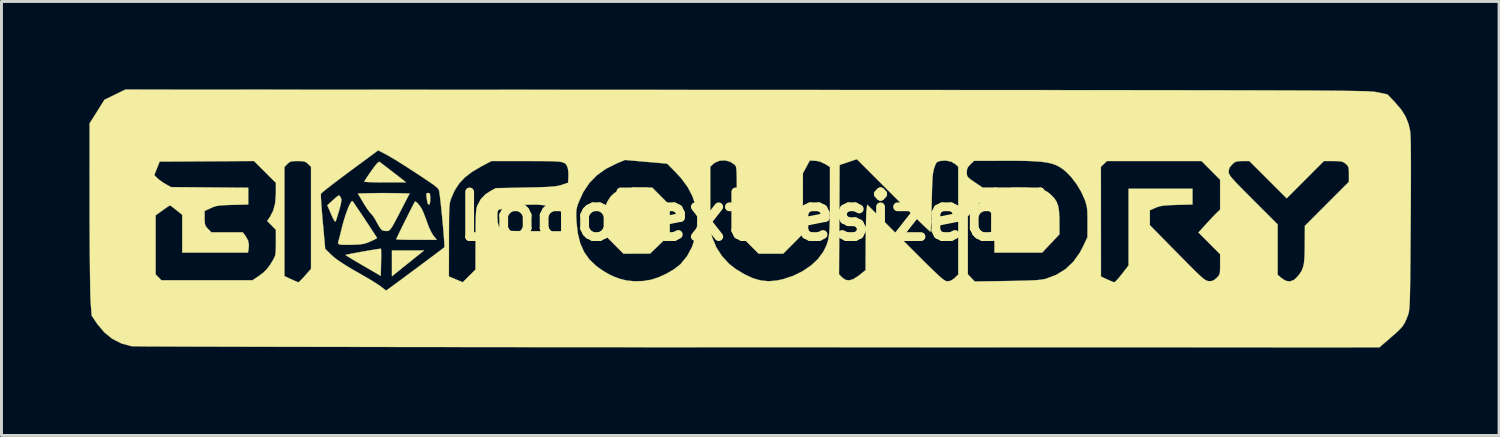
<source format=kicad_pcb>
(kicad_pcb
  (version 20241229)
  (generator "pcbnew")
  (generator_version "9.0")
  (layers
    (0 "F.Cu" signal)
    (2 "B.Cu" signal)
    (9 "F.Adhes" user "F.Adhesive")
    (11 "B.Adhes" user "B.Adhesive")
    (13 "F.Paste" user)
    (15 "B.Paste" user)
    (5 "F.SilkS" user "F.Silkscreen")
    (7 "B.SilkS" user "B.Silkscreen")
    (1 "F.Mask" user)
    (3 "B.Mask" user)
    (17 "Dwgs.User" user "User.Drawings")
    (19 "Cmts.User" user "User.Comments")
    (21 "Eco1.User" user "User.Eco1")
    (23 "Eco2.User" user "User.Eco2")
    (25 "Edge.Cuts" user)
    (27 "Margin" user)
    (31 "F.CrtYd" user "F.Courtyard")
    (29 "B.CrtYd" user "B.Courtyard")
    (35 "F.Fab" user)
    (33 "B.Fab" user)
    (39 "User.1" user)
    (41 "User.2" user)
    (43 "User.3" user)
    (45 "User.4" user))
  (footprint "LogoTextResized3"
    (layer "F.Cu")
    (at 22.647 4.326)
    (property "Reference" "LogoTextResized3" (at 0 0 0) (layer "F.SilkS") (effects (font (size 1.524 1.524) (thickness 0.3))))
    (attr through_hole)
    (fp_poly (pts (xy -11.635 1.476) (xy -11.794 1.604) (xy -11.948 1.727) (xy -12.08 1.833) (xy -12.174 1.909) (xy -12.183 1.916) (xy -12.337 2.041) (xy -12.337 1.161) (xy -11.241 1.161) (xy -11.635 1.476)) (stroke (width 0.01) (type solid)) (fill yes) (layer "F.SilkS"))
    (fp_poly (pts (xy -11.062 -0.79) (xy -11.04 -0.753) (xy -11.032 -0.67) (xy -11.031 -0.599) (xy -11.037 -0.486) (xy -11.053 -0.415) (xy -11.068 -0.399) (xy -11.112 -0.428) (xy -11.12 -0.445) (xy -11.133 -0.507) (xy -11.15 -0.608) (xy -11.155 -0.644) (xy -11.165 -0.741) (xy -11.154 -0.786) (xy -11.115 -0.798) (xy -11.104 -0.798) (xy -11.062 -0.79)) (stroke (width 0.01) (type solid)) (fill yes) (layer "F.SilkS"))
    (fp_poly (pts (xy -14.112 -0.692) (xy -14.084 -0.644) (xy -14.083 -0.642) (xy -14.064 -0.592) (xy -14.062 -0.528) (xy -14.078 -0.433) (xy -14.113 -0.292) (xy -14.135 -0.215) (xy -14.18 -0.063) (xy -14.219 0.065) (xy -14.248 0.151) (xy -14.258 0.175) (xy -14.284 0.168) (xy -14.329 0.098) (xy -14.39 -0.029) (xy -14.411 -0.079) (xy -14.539 -0.381) (xy -14.358 -0.544) (xy -14.249 -0.642) (xy -14.181 -0.696) (xy -14.14 -0.711) (xy -14.112 -0.692)) (stroke (width 0.01) (type solid)) (fill yes) (layer "F.SilkS"))
    (fp_poly (pts (xy -2.867 -0.379) (xy -2.867 0.619) (xy -3.538 1.267) (xy -3.992 1.269) (xy -4.447 1.27) (xy -4.763 0.952) (xy -5.08 0.634) (xy -5.08 0.152) (xy -5.079 -0.048) (xy -5.074 -0.193) (xy -5.063 -0.298) (xy -5.045 -0.38) (xy -5.015 -0.455) (xy -4.99 -0.507) (xy -4.885 -0.673) (xy -4.753 -0.798) (xy -4.586 -0.888) (xy -4.375 -0.945) (xy -4.109 -0.974) (xy -3.885 -0.98) (xy -3.464 -0.98) (xy -2.867 -0.379)) (stroke (width 0.01) (type solid)) (fill yes) (layer "F.SilkS"))
    (fp_poly (pts (xy -12.76 -1.859) (xy -12.603 -1.739) (xy -12.437 -1.612) (xy -12.277 -1.489) (xy -12.135 -1.38) (xy -12.025 -1.294) (xy -11.962 -1.245) (xy -11.86 -1.161) (xy -12.57 -1.161) (xy -12.788 -1.162) (xy -12.979 -1.165) (xy -13.132 -1.17) (xy -13.236 -1.176) (xy -13.28 -1.182) (xy -13.281 -1.183) (xy -13.261 -1.22) (xy -13.208 -1.303) (xy -13.129 -1.421) (xy -13.042 -1.548) (xy -12.922 -1.712) (xy -12.836 -1.815) (xy -12.78 -1.859) (xy -12.76 -1.859)) (stroke (width 0.01) (type solid)) (fill yes) (layer "F.SilkS"))
    (fp_poly (pts (xy -12.707 1.141) (xy -12.705 1.239) (xy -12.705 1.38) (xy -12.708 1.552) (xy -12.708 1.571) (xy -12.718 2.028) (xy -13.323 1.676) (xy -13.509 1.567) (xy -13.671 1.471) (xy -13.8 1.393) (xy -13.885 1.339) (xy -13.918 1.315) (xy -13.918 1.315) (xy -13.879 1.304) (xy -13.784 1.284) (xy -13.647 1.258) (xy -13.482 1.227) (xy -13.303 1.195) (xy -13.125 1.164) (xy -12.963 1.137) (xy -12.83 1.116) (xy -12.741 1.104) (xy -12.711 1.102) (xy -12.707 1.141)) (stroke (width 0.01) (type solid)) (fill yes) (layer "F.SilkS"))
    (fp_poly (pts (xy -12.303 -0.793) (xy -12.161 -0.79) (xy -11.735 -0.78) (xy -12.064 -0.145) (xy -12.177 0.073) (xy -12.264 0.235) (xy -12.329 0.349) (xy -12.379 0.424) (xy -12.42 0.468) (xy -12.456 0.49) (xy -12.494 0.498) (xy -12.501 0.499) (xy -12.602 0.493) (xy -12.673 0.469) (xy -12.722 0.419) (xy -12.786 0.323) (xy -12.85 0.207) (xy -12.92 0.08) (xy -12.993 -0.029) (xy -13.048 -0.091) (xy -13.104 -0.153) (xy -13.182 -0.261) (xy -13.27 -0.396) (xy -13.316 -0.472) (xy -13.498 -0.78) (xy -13.043 -0.79) (xy -12.811 -0.794) (xy -12.552 -0.794) (xy -12.303 -0.793)) (stroke (width 0.01) (type solid)) (fill yes) (layer "F.SilkS"))
    (fp_poly (pts (xy -11.517 -0.497) (xy -11.458 -0.444) (xy -11.389 -0.36) (xy -11.326 -0.262) (xy -11.312 -0.236) (xy -11.265 -0.133) (xy -11.208 0.013) (xy -11.149 0.173) (xy -11.134 0.217) (xy -11.073 0.376) (xy -11.002 0.526) (xy -10.936 0.64) (xy -10.92 0.661) (xy -10.81 0.798) (xy -11.501 0.798) (xy -11.716 0.797) (xy -11.904 0.795) (xy -12.053 0.791) (xy -12.153 0.786) (xy -12.192 0.78) (xy -12.192 0.78) (xy -12.177 0.744) (xy -12.135 0.655) (xy -12.072 0.526) (xy -11.995 0.368) (xy -11.909 0.195) (xy -11.82 0.017) (xy -11.736 -0.152) (xy -11.66 -0.301) (xy -11.601 -0.417) (xy -11.563 -0.488) (xy -11.553 -0.505) (xy -11.517 -0.497)) (stroke (width 0.01) (type solid)) (fill yes) (layer "F.SilkS"))
    (fp_poly (pts (xy -13.651 -0.481) (xy -13.591 -0.393) (xy -13.507 -0.268) (xy -13.406 -0.118) (xy -13.295 0.047) (xy -13.183 0.217) (xy -13.076 0.379) (xy -12.981 0.523) (xy -12.907 0.638) (xy -12.859 0.714) (xy -12.845 0.738) (xy -12.876 0.759) (xy -12.955 0.8) (xy -13.068 0.852) (xy -13.072 0.854) (xy -13.19 0.903) (xy -13.299 0.934) (xy -13.422 0.953) (xy -13.584 0.963) (xy -13.68 0.966) (xy -13.845 0.968) (xy -13.988 0.967) (xy -14.09 0.962) (xy -14.127 0.956) (xy -14.174 0.918) (xy -14.17 0.877) (xy -14.153 0.821) (xy -14.123 0.709) (xy -14.085 0.558) (xy -14.041 0.383) (xy -14.037 0.363) (xy -13.982 0.159) (xy -13.921 -0.037) (xy -13.859 -0.213) (xy -13.799 -0.36) (xy -13.745 -0.466) (xy -13.703 -0.52) (xy -13.681 -0.521) (xy -13.651 -0.481)) (stroke (width 0.01) (type solid)) (fill yes) (layer "F.SilkS"))
    (fp_poly (pts (xy -0.254 -4.31) (xy 1.229 -4.31) (xy 2.64 -4.309) (xy 3.983 -4.308) (xy 5.258 -4.308) (xy 6.468 -4.307) (xy 7.614 -4.306) (xy 8.698 -4.306) (xy 9.722 -4.305) (xy 10.688 -4.304) (xy 11.596 -4.303) (xy 12.45 -4.303) (xy 13.251 -4.302) (xy 14 -4.301) (xy 14.699 -4.3) (xy 15.351 -4.299) (xy 15.956 -4.298) (xy 16.517 -4.297) (xy 17.036 -4.296) (xy 17.513 -4.294) (xy 17.952 -4.293) (xy 18.353 -4.291) (xy 18.719 -4.29) (xy 19.05 -4.288) (xy 19.35 -4.286) (xy 19.62 -4.284) (xy 19.861 -4.282) (xy 20.075 -4.28) (xy 20.264 -4.277) (xy 20.43 -4.275) (xy 20.575 -4.272) (xy 20.7 -4.269) (xy 20.806 -4.266) (xy 20.897 -4.263) (xy 20.973 -4.26) (xy 21.037 -4.256) (xy 21.09 -4.252) (xy 21.133 -4.248) (xy 21.17 -4.244) (xy 21.2 -4.239) (xy 21.227 -4.235) (xy 21.252 -4.23) (xy 21.257 -4.229) (xy 21.595 -4.158) (xy 21.859 -3.881) (xy 22.068 -3.637) (xy 22.217 -3.398) (xy 22.317 -3.145) (xy 22.367 -2.924) (xy 22.375 -2.851) (xy 22.382 -2.739) (xy 22.387 -2.584) (xy 22.392 -2.383) (xy 22.394 -2.133) (xy 22.396 -1.829) (xy 22.396 -1.468) (xy 22.395 -1.046) (xy 22.393 -0.561) (xy 22.39 -0.008) (xy 22.388 0.254) (xy 22.384 0.783) (xy 22.38 1.245) (xy 22.377 1.644) (xy 22.373 1.985) (xy 22.37 2.274) (xy 22.366 2.515) (xy 22.362 2.714) (xy 22.357 2.875) (xy 22.351 3.004) (xy 22.344 3.105) (xy 22.337 3.184) (xy 22.328 3.245) (xy 22.318 3.294) (xy 22.306 3.335) (xy 22.292 3.373) (xy 22.29 3.379) (xy 22.234 3.523) (xy 22.18 3.637) (xy 22.117 3.735) (xy 22.034 3.833) (xy 21.92 3.943) (xy 21.764 4.082) (xy 21.715 4.124) (xy 21.322 4.463) (xy 0.147 4.459) (xy -1.09 4.459) (xy -2.311 4.458) (xy -3.512 4.458) (xy -4.691 4.457) (xy -5.846 4.456) (xy -6.976 4.456) (xy -8.078 4.455) (xy -9.151 4.454) (xy -10.191 4.453) (xy -11.198 4.452) (xy -12.169 4.451) (xy -13.102 4.449) (xy -13.995 4.448) (xy -14.846 4.447) (xy -15.653 4.445) (xy -16.414 4.444) (xy -17.127 4.442) (xy -17.789 4.441) (xy -18.4 4.439) (xy -18.957 4.438) (xy -19.457 4.436) (xy -19.899 4.434) (xy -20.281 4.432) (xy -20.6 4.431) (xy -20.855 4.429) (xy -21.044 4.427) (xy -21.164 4.425) (xy -21.214 4.423) (xy -21.215 4.423) (xy -21.556 4.331) (xy -21.864 4.175) (xy -22.137 3.955) (xy -22.376 3.672) (xy -22.396 3.643) (xy -22.571 3.385) (xy -22.606 2.935) (xy -22.611 2.826) (xy -22.617 2.652) (xy -22.622 2.418) (xy -22.626 2.132) (xy -22.63 1.8) (xy -22.634 1.429) (xy -22.637 1.027) (xy -22.639 0.598) (xy -22.641 0.151) (xy -22.641 -0.308) (xy -22.641 -0.342) (xy -22.642 -1.411) (xy -20.438 -1.411) (xy -20.34 -1.308) (xy -20.251 -1.232) (xy -20.131 -1.148) (xy -20.054 -1.102) (xy -19.866 -0.998) (xy -17.236 -0.976) (xy -17.236 -0.407) (xy -17.771 -0.393) (xy -17.985 -0.386) (xy -18.143 -0.378) (xy -18.26 -0.365) (xy -18.352 -0.346) (xy -18.435 -0.317) (xy -18.515 -0.282) (xy -18.723 -0.185) (xy -18.723 0.06) (xy -18.72 0.195) (xy -18.706 0.284) (xy -18.673 0.35) (xy -18.612 0.42) (xy -18.607 0.425) (xy -18.491 0.544) (xy -17.421 0.544) (xy -17.333 0.662) (xy -17.243 0.818) (xy -17.213 0.975) (xy -17.223 1.098) (xy -17.245 1.234) (xy -19.485 1.234) (xy -19.485 -0.055) (xy -19.682 -0.212) (xy -19.783 -0.291) (xy -19.859 -0.35) (xy -19.896 -0.375) (xy -19.897 -0.375) (xy -19.932 -0.358) (xy -20.011 -0.308) (xy -20.118 -0.234) (xy -20.153 -0.209) (xy -20.393 -0.037) (xy -20.393 1.974) (xy -20.295 2.075) (xy -20.198 2.177) (xy -17.087 2.177) (xy -16.873 2.032) (xy -16.722 1.919) (xy -16.602 1.801) (xy -16.491 1.654) (xy -16.388 1.485) (xy -16.347 1.407) (xy -16.319 1.335) (xy -16.303 1.251) (xy -16.295 1.136) (xy -16.292 0.974) (xy -16.292 0.887) (xy -16.292 0.456) (xy -16.44 0.306) (xy -16.587 0.156) (xy -16.494 0.018) (xy -16.387 -0.187) (xy -16.321 -0.431) (xy -16.294 -0.725) (xy -16.292 -0.815) (xy -16.292 -1.144) (xy -16.665 -1.516) (xy -16.833 -1.683) (xy -16.002 -1.683) (xy -16.002 2.036) (xy -15.775 2.141) (xy -15.658 2.194) (xy -15.568 2.232) (xy -15.525 2.248) (xy -15.524 2.248) (xy -15.491 2.223) (xy -15.423 2.156) (xy -15.333 2.059) (xy -15.297 2.019) (xy -15.095 1.788) (xy -15.095 -0.723) (xy -14.761 -0.723) (xy -14.757 -0.612) (xy -14.747 -0.449) (xy -14.732 -0.245) (xy -14.713 -0.011) (xy -14.695 0.193) (xy -14.612 1.107) (xy -14.427 1.289) (xy -14.333 1.375) (xy -14.223 1.463) (xy -14.087 1.558) (xy -13.917 1.667) (xy -13.705 1.795) (xy -13.44 1.947) (xy -13.296 2.029) (xy -13.122 2.13) (xy -12.953 2.233) (xy -12.808 2.326) (xy -12.715 2.392) (xy -12.537 2.529) (xy -12.428 2.453) (xy -12.372 2.412) (xy -12.265 2.334) (xy -12.118 2.225) (xy -11.937 2.092) (xy -11.878 2.048) (xy -10.396 2.048) (xy -9.924 2.246) (xy -9.706 2.03) (xy -9.489 1.814) (xy -9.486 0.789) (xy -9.485 0.481) (xy -9.482 0.236) (xy -9.478 0.046) (xy -9.477 0.023) (xy -8.745 0.023) (xy -8.731 0.206) (xy -8.692 0.355) (xy -8.634 0.454) (xy -8.591 0.484) (xy -8.544 0.489) (xy -8.434 0.493) (xy -8.271 0.497) (xy -8.065 0.501) (xy -7.825 0.503) (xy -7.56 0.505) (xy -7.523 0.505) (xy -6.502 0.508) (xy -6.408 0.396) (xy -6.356 0.325) (xy -6.327 0.249) (xy -6.316 0.143) (xy -6.314 0.035) (xy -6.314 -0.121) (xy -6.057 -0.121) (xy -6.056 0.02) (xy -6.048 0.174) (xy -6.004 0.572) (xy -5.919 0.914) (xy -5.789 1.209) (xy -5.612 1.463) (xy -5.383 1.682) (xy -5.285 1.756) (xy -5.097 1.883) (xy -4.932 1.978) (xy -4.76 2.057) (xy -4.572 2.128) (xy -4.331 2.187) (xy -4.054 2.213) (xy -3.768 2.203) (xy -3.502 2.159) (xy -3.5 2.159) (xy -3.244 2.075) (xy -2.984 1.956) (xy -2.741 1.815) (xy -2.541 1.665) (xy -2.488 1.615) (xy -2.273 1.351) (xy -2.107 1.041) (xy -1.993 0.696) (xy -1.935 0.328) (xy -1.932 0.022) (xy -1.982 -0.342) (xy -2.089 -0.682) (xy -2.259 -1.006) (xy -2.494 -1.32) (xy -2.667 -1.507) (xy -2.851 -1.692) (xy -1.488 -1.692) (xy -1.488 -0.596) (xy -1.487 -0.278) (xy -1.486 -0.024) (xy -1.483 0.177) (xy -1.478 0.333) (xy -1.47 0.454) (xy -1.459 0.549) (xy -1.444 0.629) (xy -1.425 0.701) (xy -1.416 0.731) (xy -1.281 1.055) (xy -1.085 1.357) (xy -0.842 1.62) (xy -0.621 1.792) (xy -0.311 1.979) (xy -0.028 2.11) (xy 0.24 2.186) (xy 0.506 2.211) (xy 0.783 2.187) (xy 0.993 2.142) (xy 1.34 2.027) (xy 1.45 1.973) (xy 2.902 1.973) (xy 3 2.075) (xy 3.114 2.16) (xy 3.239 2.183) (xy 3.382 2.143) (xy 3.549 2.039) (xy 3.593 2.005) (xy 3.809 1.832) (xy 3.813 0.907) (xy 3.815 0.643) (xy 3.819 0.393) (xy 3.824 0.169) (xy 3.829 -0.016) (xy 3.836 -0.15) (xy 3.841 -0.209) (xy 3.864 -0.4) (xy 5.171 0.907) (xy 5.464 1.2) (xy 5.712 1.447) (xy 5.917 1.65) (xy 6.084 1.813) (xy 6.219 1.942) (xy 6.325 2.04) (xy 6.408 2.112) (xy 6.471 2.161) (xy 6.519 2.191) (xy 6.557 2.207) (xy 6.589 2.213) (xy 6.602 2.213) (xy 6.716 2.192) (xy 6.824 2.119) (xy 6.847 2.097) (xy 6.967 1.981) (xy 6.967 -1.5) (xy 7.257 -1.5) (xy 7.26 -1.425) (xy 7.275 -1.369) (xy 7.315 -1.318) (xy 7.39 -1.257) (xy 7.514 -1.172) (xy 7.528 -1.162) (xy 7.798 -0.98) (xy 8.7 -0.98) (xy 9.03 -0.978) (xy 9.296 -0.973) (xy 9.508 -0.962) (xy 9.676 -0.945) (xy 9.808 -0.918) (xy 9.915 -0.882) (xy 10.004 -0.834) (xy 10.086 -0.772) (xy 10.122 -0.741) (xy 10.235 -0.625) (xy 10.316 -0.505) (xy 10.369 -0.365) (xy 10.4 -0.191) (xy 10.413 0.034) (xy 10.414 0.16) (xy 10.414 0.612) (xy 10.12 0.923) (xy 9.826 1.234) (xy 8.201 1.234) (xy 8.201 -0.026) (xy 7.952 -0.247) (xy 7.703 -0.468) (xy 7.293 -0.005) (xy 7.293 1.974) (xy 7.411 2.097) (xy 7.529 2.22) (xy 8.636 2.203) (xy 8.973 2.197) (xy 9.246 2.191) (xy 9.463 2.183) (xy 9.634 2.173) (xy 9.766 2.161) (xy 9.868 2.146) (xy 9.949 2.128) (xy 9.957 2.126) (xy 10.311 1.992) (xy 10.621 1.8) (xy 10.886 1.551) (xy 11.106 1.245) (xy 11.206 1.057) (xy 11.372 0.708) (xy 11.373 0.2) (xy 11.372 -0.012) (xy 11.367 -0.169) (xy 11.356 -0.29) (xy 11.336 -0.393) (xy 11.305 -0.497) (xy 11.28 -0.569) (xy 11.16 -0.835) (xy 11 -1.102) (xy 10.817 -1.343) (xy 10.657 -1.509) (xy 10.542 -1.605) (xy 10.426 -1.684) (xy 10.41 -1.692) (xy 11.829 -1.692) (xy 11.83 0.179) (xy 11.831 2.05) (xy 12.039 2.147) (xy 12.154 2.198) (xy 12.244 2.234) (xy 12.286 2.247) (xy 12.323 2.221) (xy 12.393 2.149) (xy 12.483 2.044) (xy 12.549 1.961) (xy 12.773 1.673) (xy 12.773 -0.943) (xy 14.95 -0.943) (xy 14.95 -0.407) (xy 14.415 -0.392) (xy 14.195 -0.385) (xy 14.032 -0.375) (xy 13.91 -0.36) (xy 13.814 -0.339) (xy 13.728 -0.31) (xy 13.689 -0.293) (xy 13.498 -0.209) (xy 13.498 0.3) (xy 14.431 1.247) (xy 14.675 1.495) (xy 14.874 1.695) (xy 15.033 1.854) (xy 15.159 1.975) (xy 15.256 2.065) (xy 15.331 2.127) (xy 15.389 2.168) (xy 15.435 2.191) (xy 15.475 2.203) (xy 15.507 2.207) (xy 15.608 2.205) (xy 15.688 2.171) (xy 15.771 2.1) (xy 15.828 2.043) (xy 15.863 1.992) (xy 15.883 1.93) (xy 15.891 1.837) (xy 15.893 1.696) (xy 15.893 1.635) (xy 15.893 1.289) (xy 15.155 0.549) (xy 15.412 0.265) (xy 15.533 0.134) (xy 15.648 0.011) (xy 15.742 -0.086) (xy 15.781 -0.125) (xy 15.893 -0.231) (xy 15.893 -1.25) (xy 15.619 -1.526) (xy 16.183 -1.526) (xy 16.186 -1.487) (xy 16.199 -1.446) (xy 16.226 -1.397) (xy 16.272 -1.334) (xy 16.344 -1.251) (xy 16.446 -1.141) (xy 16.583 -1) (xy 16.761 -0.82) (xy 16.985 -0.596) (xy 17.018 -0.562) (xy 17.853 0.272) (xy 17.853 1.988) (xy 17.981 2.101) (xy 18.128 2.196) (xy 18.27 2.218) (xy 18.406 2.169) (xy 18.507 2.079) (xy 18.597 1.97) (xy 18.665 1.867) (xy 18.713 1.756) (xy 18.746 1.625) (xy 18.766 1.462) (xy 18.776 1.252) (xy 18.78 0.983) (xy 18.78 0.968) (xy 18.783 0.322) (xy 20.284 -1.18) (xy 20.284 -1.439) (xy 20.282 -1.577) (xy 20.271 -1.664) (xy 20.244 -1.722) (xy 20.194 -1.774) (xy 20.172 -1.793) (xy 20.111 -1.839) (xy 20.047 -1.867) (xy 19.962 -1.881) (xy 19.834 -1.886) (xy 19.745 -1.887) (xy 19.43 -1.887) (xy 18.796 -1.252) (xy 18.162 -0.617) (xy 17.526 -1.252) (xy 16.89 -1.887) (xy 16.657 -1.887) (xy 16.524 -1.883) (xy 16.437 -1.867) (xy 16.369 -1.83) (xy 16.303 -1.771) (xy 16.219 -1.671) (xy 16.186 -1.572) (xy 16.183 -1.526) (xy 15.619 -1.526) (xy 15.576 -1.569) (xy 15.26 -1.887) (xy 12.033 -1.887) (xy 11.931 -1.789) (xy 11.829 -1.692) (xy 10.41 -1.692) (xy 10.302 -1.748) (xy 10.161 -1.798) (xy 9.996 -1.836) (xy 9.797 -1.863) (xy 9.557 -1.881) (xy 9.268 -1.892) (xy 8.921 -1.897) (xy 8.587 -1.897) (xy 7.504 -1.894) (xy 7.381 -1.774) (xy 7.3 -1.683) (xy 7.264 -1.595) (xy 7.257 -1.5) (xy 6.967 -1.5) (xy 6.967 -1.693) (xy 6.881 -1.773) (xy 6.732 -1.865) (xy 6.546 -1.904) (xy 6.385 -1.895) (xy 6.292 -1.875) (xy 6.236 -1.844) (xy 6.196 -1.782) (xy 6.153 -1.671) (xy 6.153 -1.669) (xy 6.131 -1.599) (xy 6.114 -1.52) (xy 6.1 -1.423) (xy 6.089 -1.297) (xy 6.08 -1.132) (xy 6.072 -0.92) (xy 6.066 -0.65) (xy 6.062 -0.484) (xy 6.056 -0.224) (xy 6.049 0.012) (xy 6.042 0.214) (xy 6.035 0.373) (xy 6.028 0.478) (xy 6.022 0.521) (xy 6.022 0.522) (xy 5.993 0.501) (xy 5.918 0.433) (xy 5.802 0.324) (xy 5.65 0.178) (xy 5.467 -0.001) (xy 5.258 -0.207) (xy 5.027 -0.435) (xy 4.781 -0.68) (xy 4.756 -0.705) (xy 3.51 -1.951) (xy 3.216 -1.852) (xy 2.921 -1.753) (xy 2.912 0.11) (xy 2.902 1.973) (xy 1.45 1.973) (xy 1.661 1.869) (xy 1.945 1.677) (xy 2.182 1.456) (xy 2.36 1.217) (xy 2.387 1.167) (xy 2.442 1.058) (xy 2.486 0.955) (xy 2.521 0.849) (xy 2.547 0.73) (xy 2.567 0.59) (xy 2.58 0.418) (xy 2.588 0.206) (xy 2.593 -0.055) (xy 2.594 -0.375) (xy 2.594 -0.561) (xy 2.594 -1.684) (xy 2.426 -1.788) (xy 2.242 -1.873) (xy 2.082 -1.899) (xy 1.906 -1.905) (xy 1.789 -1.687) (xy 1.671 -1.47) (xy 1.669 0.597) (xy 1.334 0.934) (xy 0.999 1.27) (xy 0.162 1.27) (xy -0.581 0.525) (xy -0.581 -0.584) (xy -0.581 -0.896) (xy -0.581 -1.145) (xy -0.583 -1.336) (xy -0.587 -1.48) (xy -0.593 -1.583) (xy -0.601 -1.654) (xy -0.613 -1.702) (xy -0.629 -1.733) (xy -0.65 -1.757) (xy -0.662 -1.769) (xy -0.812 -1.866) (xy -0.986 -1.91) (xy -1.163 -1.9) (xy -1.323 -1.836) (xy -1.388 -1.786) (xy -1.488 -1.692) (xy -2.851 -1.692) (xy -2.957 -1.799) (xy -4.393 -1.924) (xy -4.663 -1.812) (xy -5.037 -1.626) (xy -5.35 -1.403) (xy -5.609 -1.138) (xy -5.819 -0.824) (xy -5.983 -0.458) (xy -5.989 -0.443) (xy -6.026 -0.33) (xy -6.048 -0.23) (xy -6.057 -0.121) (xy -6.314 -0.121) (xy -6.314 -0.216) (xy -6.504 -0.269) (xy -6.935 -0.361) (xy -7.387 -0.403) (xy -7.841 -0.396) (xy -8.278 -0.339) (xy -8.627 -0.25) (xy -8.69 -0.227) (xy -8.726 -0.195) (xy -8.741 -0.136) (xy -8.745 -0.031) (xy -8.745 0.023) (xy -9.477 0.023) (xy -9.472 -0.098) (xy -9.463 -0.205) (xy -9.451 -0.284) (xy -9.435 -0.343) (xy -9.421 -0.379) (xy -9.306 -0.588) (xy -9.155 -0.747) (xy -8.994 -0.854) (xy -8.799 -0.962) (xy -7.783 -0.982) (xy -7.474 -0.989) (xy -7.227 -0.996) (xy -7.034 -1.004) (xy -6.884 -1.014) (xy -6.767 -1.026) (xy -6.675 -1.041) (xy -6.596 -1.06) (xy -6.55 -1.074) (xy -6.332 -1.146) (xy -6.321 -1.359) (xy -6.322 -1.496) (xy -6.337 -1.619) (xy -6.353 -1.676) (xy -6.377 -1.732) (xy -6.403 -1.776) (xy -6.44 -1.811) (xy -6.494 -1.838) (xy -6.572 -1.857) (xy -6.683 -1.871) (xy -6.834 -1.88) (xy -7.032 -1.884) (xy -7.284 -1.886) (xy -7.599 -1.887) (xy -7.747 -1.887) (xy -8.946 -1.887) (xy -9.292 -1.704) (xy -9.604 -1.52) (xy -9.853 -1.328) (xy -10.05 -1.118) (xy -10.204 -0.877) (xy -10.312 -0.632) (xy -10.334 -0.571) (xy -10.352 -0.511) (xy -10.365 -0.444) (xy -10.375 -0.36) (xy -10.383 -0.251) (xy -10.388 -0.109) (xy -10.391 0.074) (xy -10.393 0.308) (xy -10.394 0.6) (xy -10.394 0.815) (xy -10.396 2.048) (xy -11.878 2.048) (xy -11.731 1.939) (xy -11.51 1.774) (xy -11.448 1.729) (xy -11.228 1.564) (xy -11.027 1.414) (xy -10.851 1.283) (xy -10.709 1.176) (xy -10.608 1.1) (xy -10.555 1.059) (xy -10.55 1.055) (xy -10.547 1.015) (xy -10.551 0.915) (xy -10.561 0.765) (xy -10.576 0.577) (xy -10.594 0.363) (xy -10.615 0.134) (xy -10.637 -0.099) (xy -10.66 -0.323) (xy -10.682 -0.529) (xy -10.703 -0.703) (xy -10.721 -0.836) (xy -10.724 -0.858) (xy -10.736 -0.899) (xy -10.761 -0.942) (xy -10.809 -0.991) (xy -10.887 -1.055) (xy -11.002 -1.138) (xy -11.163 -1.246) (xy -11.375 -1.387) (xy -11.404 -1.406) (xy -11.707 -1.604) (xy -11.959 -1.766) (xy -12.168 -1.897) (xy -12.344 -2.003) (xy -12.494 -2.089) (xy -12.628 -2.16) (xy -12.654 -2.174) (xy -12.808 -2.251) (xy -13.773 -1.538) (xy -14.006 -1.365) (xy -14.219 -1.204) (xy -14.406 -1.061) (xy -14.561 -0.94) (xy -14.675 -0.848) (xy -14.743 -0.789) (xy -14.758 -0.772) (xy -14.761 -0.723) (xy -15.095 -0.723) (xy -15.095 -1.692) (xy -15.197 -1.789) (xy -15.26 -1.842) (xy -15.326 -1.871) (xy -15.419 -1.884) (xy -15.553 -1.887) (xy -15.691 -1.884) (xy -15.78 -1.871) (xy -15.842 -1.842) (xy -15.9 -1.789) (xy -15.904 -1.785) (xy -16.002 -1.683) (xy -16.833 -1.683) (xy -17.038 -1.888) (xy -20.255 -1.869) (xy -20.438 -1.411) (xy -22.642 -1.411) (xy -22.642 -3.17) (xy -22.389 -3.572) (xy -22.136 -3.975) (xy -21.782 -4.148) (xy -21.427 -4.321) (xy -0.254 -4.31)) (stroke (width 0.01) (type solid)) (fill yes) (layer "F.SilkS")))
  (gr_rect
    (start -3 -3)
    (end 48.048 11.794)
    (stroke (width 0.1) (type default))
    (fill no)
    (layer "Edge.Cuts")))
</source>
